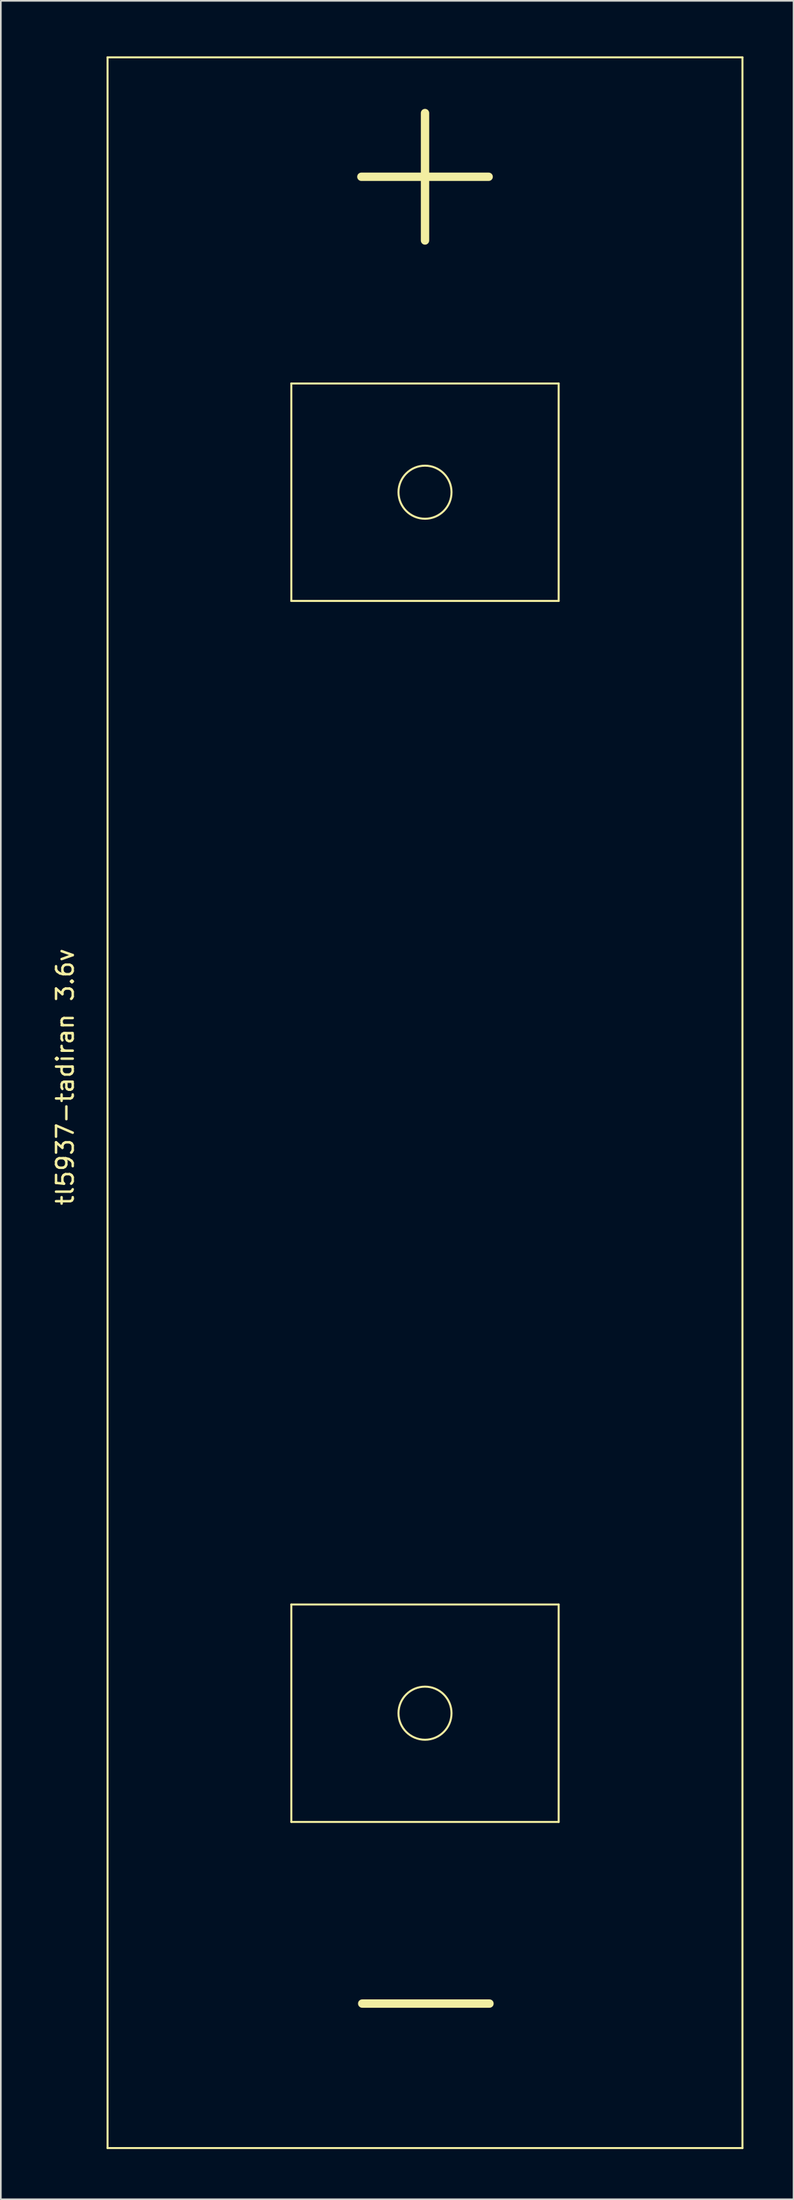
<source format=kicad_pcb>
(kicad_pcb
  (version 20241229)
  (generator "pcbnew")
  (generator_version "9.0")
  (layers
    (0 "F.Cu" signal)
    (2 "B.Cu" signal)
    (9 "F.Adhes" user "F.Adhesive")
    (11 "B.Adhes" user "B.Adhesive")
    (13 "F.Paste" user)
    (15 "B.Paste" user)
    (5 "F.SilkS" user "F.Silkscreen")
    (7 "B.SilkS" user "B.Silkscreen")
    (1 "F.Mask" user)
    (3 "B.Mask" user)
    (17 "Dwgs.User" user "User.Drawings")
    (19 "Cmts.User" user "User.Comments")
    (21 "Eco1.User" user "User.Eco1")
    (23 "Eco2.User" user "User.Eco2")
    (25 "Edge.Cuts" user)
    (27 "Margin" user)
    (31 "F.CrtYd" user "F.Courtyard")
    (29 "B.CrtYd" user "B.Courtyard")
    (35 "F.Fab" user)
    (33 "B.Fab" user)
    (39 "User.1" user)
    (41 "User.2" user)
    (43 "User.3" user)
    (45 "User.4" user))
  (footprint "tl5937-tadiran 3.6v"
    (layer "F.Cu")
    (at 3.388 0.378)
    (property "Reference" "tl5937-tadiran 3.6v" (at -2.54 60.96 90) (layer "F.SilkS") (effects (font (size 1 1) (thickness 0.15))))
    (attr through_hole)
    (fp_line (start 0 0) (end 0 125) (stroke (width 0.12) (type solid)) (layer "F.SilkS"))
    (fp_line (start 0 0) (end 38 0) (stroke (width 0.12) (type solid)) (layer "F.SilkS"))
    (fp_line (start 11 19.5) (end 11 32.5) (stroke (width 0.12) (type solid)) (layer "F.SilkS"))
    (fp_line (start 11 19.5) (end 27 19.5) (stroke (width 0.12) (type solid)) (layer "F.SilkS"))
    (fp_line (start 11 32.5) (end 27 32.5) (stroke (width 0.12) (type solid)) (layer "F.SilkS"))
    (fp_line (start 11 92.5) (end 11 105.5) (stroke (width 0.12) (type solid)) (layer "F.SilkS"))
    (fp_line (start 11 92.5) (end 27 92.5) (stroke (width 0.12) (type solid)) (layer "F.SilkS"))
    (fp_line (start 11 105.5) (end 27 105.5) (stroke (width 0.12) (type solid)) (layer "F.SilkS"))
    (fp_line (start 27 19.5) (end 27 32.5) (stroke (width 0.12) (type solid)) (layer "F.SilkS"))
    (fp_line (start 27 92.5) (end 27 105.5) (stroke (width 0.12) (type solid)) (layer "F.SilkS"))
    (fp_line (start 38 0) (end 38 125) (stroke (width 0.12) (type solid)) (layer "F.SilkS"))
    (fp_line (start 38 125) (end 0 125) (stroke (width 0.12) (type solid)) (layer "F.SilkS"))
    (fp_circle (center 19 26) (end 20.587 26) (stroke (width 0.12) (type solid)) (fill no) (layer "F.SilkS"))
    (fp_circle (center 19 99) (end 20.587 99) (stroke (width 0.12) (type solid)) (fill no) (layer "F.SilkS"))
    (fp_text user "-" (at 19.05 115.57 0) (layer "F.SilkS") (effects (font (size 10 10) (thickness 0.5))))
    (fp_text user "+" (at 19 6.35 0) (layer "F.SilkS") (effects (font (size 10 10) (thickness 0.5)))))
  (gr_rect
    (start -3 -3)
    (end 44.448 128.438)
    (stroke (width 0.1) (type default))
    (fill no)
    (layer "Edge.Cuts")))
</source>
